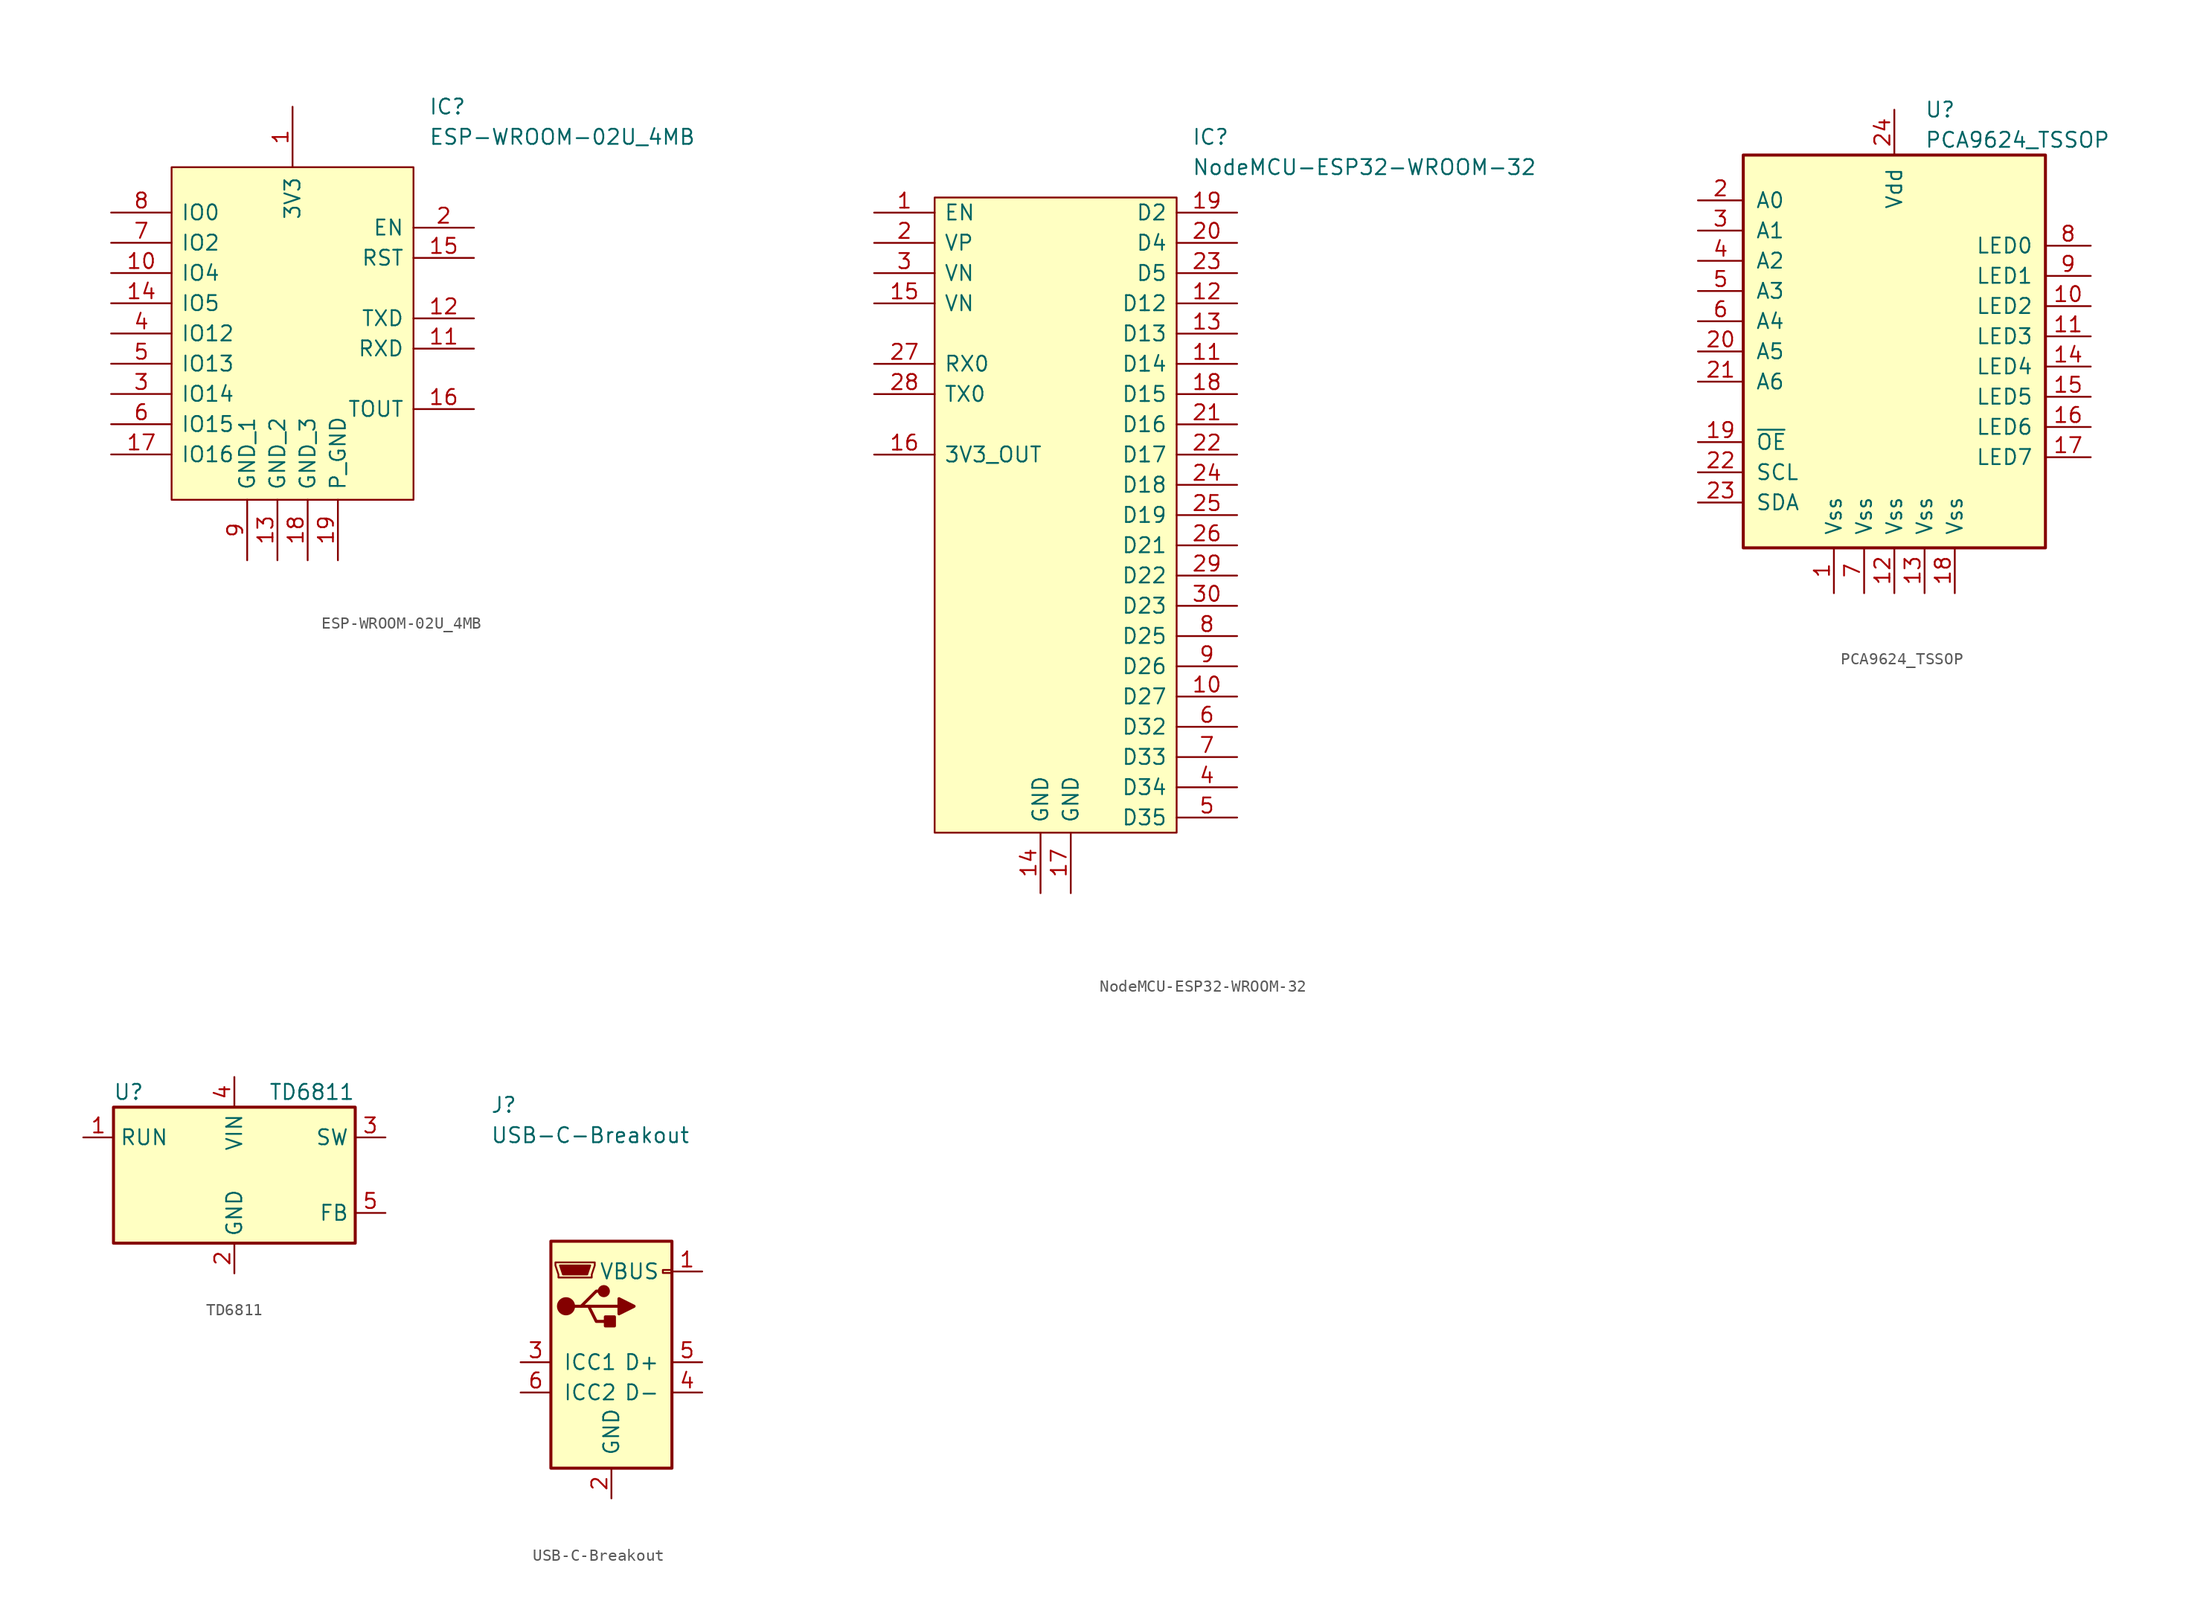
<source format=kicad_sym>
(kicad_symbol_lib
  (version 20231120)
  (generator "kicad_symbol_editor")
  (generator_version "8.0")
  (symbol "ESP-WROOM-02U_4MB"
    (pin_names
      (offset 0.762))
    (property "Reference" "IC"
      (at 26.67 7.62 0)
      (effects (font (size 1.27 1.27)) (justify left)))
    (property "Value" "ESP-WROOM-02U_4MB"
      (at 26.67 5.08 0)
      (effects (font (size 1.27 1.27)) (justify left)))
    (symbol "ESP-WROOM-02U_4MB_0_0"
      (pin passive line (at 15.24 7.62 270) (length 5.08) (name "3V3" (effects (font (size 1.27 1.27)))) (number "1" (effects (font (size 1.27 1.27)))))
      (pin passive line (at 0 -6.35 0) (length 5.08) (name "IO4" (effects (font (size 1.27 1.27)))) (number "10" (effects (font (size 1.27 1.27)))))
      (pin passive line (at 30.48 -12.7 180) (length 5.08) (name "RXD" (effects (font (size 1.27 1.27)))) (number "11" (effects (font (size 1.27 1.27)))))
      (pin passive line (at 30.48 -10.16 180) (length 5.08) (name "TXD" (effects (font (size 1.27 1.27)))) (number "12" (effects (font (size 1.27 1.27)))))
      (pin passive line (at 13.97 -30.48 90) (length 5.08) (name "GND_2" (effects (font (size 1.27 1.27)))) (number "13" (effects (font (size 1.27 1.27)))))
      (pin passive line (at 0 -8.89 0) (length 5.08) (name "IO5" (effects (font (size 1.27 1.27)))) (number "14" (effects (font (size 1.27 1.27)))))
      (pin passive line (at 30.48 -5.08 180) (length 5.08) (name "RST" (effects (font (size 1.27 1.27)))) (number "15" (effects (font (size 1.27 1.27)))))
      (pin passive line (at 30.48 -17.78 180) (length 5.08) (name "TOUT" (effects (font (size 1.27 1.27)))) (number "16" (effects (font (size 1.27 1.27)))))
      (pin passive line (at 0 -21.59 0) (length 5.08) (name "IO16" (effects (font (size 1.27 1.27)))) (number "17" (effects (font (size 1.27 1.27)))))
      (pin passive line (at 16.51 -30.48 90) (length 5.08) (name "GND_3" (effects (font (size 1.27 1.27)))) (number "18" (effects (font (size 1.27 1.27)))))
      (pin passive line (at 19.05 -30.48 90) (length 5.08) (name "P_GND" (effects (font (size 1.27 1.27)))) (number "19" (effects (font (size 1.27 1.27)))))
      (pin passive line (at 30.48 -2.54 180) (length 5.08) (name "EN" (effects (font (size 1.27 1.27)))) (number "2" (effects (font (size 1.27 1.27)))))
      (pin passive line (at 0 -16.51 0) (length 5.08) (name "IO14" (effects (font (size 1.27 1.27)))) (number "3" (effects (font (size 1.27 1.27)))))
      (pin passive line (at 0 -11.43 0) (length 5.08) (name "IO12" (effects (font (size 1.27 1.27)))) (number "4" (effects (font (size 1.27 1.27)))))
      (pin passive line (at 0 -13.97 0) (length 5.08) (name "IO13" (effects (font (size 1.27 1.27)))) (number "5" (effects (font (size 1.27 1.27)))))
      (pin passive line (at 0 -19.05 0) (length 5.08) (name "IO15" (effects (font (size 1.27 1.27)))) (number "6" (effects (font (size 1.27 1.27)))))
      (pin passive line (at 0 -3.81 0) (length 5.08) (name "IO2" (effects (font (size 1.27 1.27)))) (number "7" (effects (font (size 1.27 1.27)))))
      (pin passive line (at 0 -1.27 0) (length 5.08) (name "IO0" (effects (font (size 1.27 1.27)))) (number "8" (effects (font (size 1.27 1.27)))))
      (pin passive line (at 11.43 -30.48 90) (length 5.08) (name "GND_1" (effects (font (size 1.27 1.27)))) (number "9" (effects (font (size 1.27 1.27))))))
    (symbol "ESP-WROOM-02U_4MB_0_1"
      (polyline (pts (xy 5.08 2.54) (xy 25.4 2.54) (xy 25.4 -25.4) (xy 5.08 -25.4) (xy 5.08 2.54)) (stroke (width 0.152) (type solid)) (fill (type background)))))
  (symbol "NodeMCU-ESP32-WROOM-32"
    (pin_names
      (offset 0.762))
    (property "Reference" "IC"
      (at 26.67 7.62 0)
      (effects (font (size 1.27 1.27)) (justify left)))
    (property "Value" "NodeMCU-ESP32-WROOM-32"
      (at 26.67 5.08 0)
      (effects (font (size 1.27 1.27)) (justify left)))
    (symbol "NodeMCU-ESP32-WROOM-32_0_1"
      (polyline (pts (xy 5.08 2.54) (xy 25.4 2.54) (xy 25.4 -50.8) (xy 5.08 -50.8) (xy 5.08 2.54)) (stroke (width 0.152) (type solid)) (fill (type background))))
    (symbol "NodeMCU-ESP32-WROOM-32_1_0"
      (pin input line (at 0 1.27 0) (length 5.08) (name "EN" (effects (font (size 1.27 1.27)))) (number "1" (effects (font (size 1.27 1.27)))))
      (pin bidirectional line (at 30.48 -39.37 180) (length 5.08) (name "D27" (effects (font (size 1.27 1.27)))) (number "10" (effects (font (size 1.27 1.27)))))
      (pin bidirectional line (at 30.48 -11.43 180) (length 5.08) (name "D14" (effects (font (size 1.27 1.27)))) (number "11" (effects (font (size 1.27 1.27)))))
      (pin bidirectional line (at 30.48 -6.35 180) (length 5.08) (name "D12" (effects (font (size 1.27 1.27)))) (number "12" (effects (font (size 1.27 1.27)))))
      (pin bidirectional line (at 30.48 -8.89 180) (length 5.08) (name "D13" (effects (font (size 1.27 1.27)))) (number "13" (effects (font (size 1.27 1.27)))))
      (pin passive line (at 13.97 -55.88 90) (length 5.08) (name "GND" (effects (font (size 1.27 1.27)))) (number "14" (effects (font (size 1.27 1.27)))))
      (pin bidirectional line (at 0 -6.35 0) (length 5.08) (name "VN" (effects (font (size 1.27 1.27)))) (number "15" (effects (font (size 1.27 1.27)))))
      (pin power_out line (at 0 -19.05 0) (length 5.08) (name "3V3_OUT" (effects (font (size 1.27 1.27)))) (number "16" (effects (font (size 1.27 1.27)))))
      (pin passive line (at 16.51 -55.88 90) (length 5.08) (name "GND" (effects (font (size 1.27 1.27)))) (number "17" (effects (font (size 1.27 1.27)))))
      (pin bidirectional line (at 30.48 -13.97 180) (length 5.08) (name "D15" (effects (font (size 1.27 1.27)))) (number "18" (effects (font (size 1.27 1.27)))))
      (pin bidirectional line (at 30.48 1.27 180) (length 5.08) (name "D2" (effects (font (size 1.27 1.27)))) (number "19" (effects (font (size 1.27 1.27)))))
      (pin bidirectional line (at 0 -1.27 0) (length 5.08) (name "VP" (effects (font (size 1.27 1.27)))) (number "2" (effects (font (size 1.27 1.27)))))
      (pin bidirectional line (at 30.48 -1.27 180) (length 5.08) (name "D4" (effects (font (size 1.27 1.27)))) (number "20" (effects (font (size 1.27 1.27)))))
      (pin bidirectional line (at 30.48 -16.51 180) (length 5.08) (name "D16" (effects (font (size 1.27 1.27)))) (number "21" (effects (font (size 1.27 1.27)))))
      (pin bidirectional line (at 30.48 -19.05 180) (length 5.08) (name "D17" (effects (font (size 1.27 1.27)))) (number "22" (effects (font (size 1.27 1.27)))))
      (pin bidirectional line (at 30.48 -3.81 180) (length 5.08) (name "D5" (effects (font (size 1.27 1.27)))) (number "23" (effects (font (size 1.27 1.27)))))
      (pin bidirectional line (at 30.48 -21.59 180) (length 5.08) (name "D18" (effects (font (size 1.27 1.27)))) (number "24" (effects (font (size 1.27 1.27)))))
      (pin bidirectional line (at 30.48 -24.13 180) (length 5.08) (name "D19" (effects (font (size 1.27 1.27)))) (number "25" (effects (font (size 1.27 1.27)))))
      (pin bidirectional line (at 30.48 -26.67 180) (length 5.08) (name "D21" (effects (font (size 1.27 1.27)))) (number "26" (effects (font (size 1.27 1.27)))))
      (pin bidirectional line (at 0 -11.43 0) (length 5.08) (name "RX0" (effects (font (size 1.27 1.27)))) (number "27" (effects (font (size 1.27 1.27)))))
      (pin bidirectional line (at 0 -13.97 0) (length 5.08) (name "TX0" (effects (font (size 1.27 1.27)))) (number "28" (effects (font (size 1.27 1.27)))))
      (pin bidirectional line (at 30.48 -29.21 180) (length 5.08) (name "D22" (effects (font (size 1.27 1.27)))) (number "29" (effects (font (size 1.27 1.27)))))
      (pin bidirectional line (at 0 -3.81 0) (length 5.08) (name "VN" (effects (font (size 1.27 1.27)))) (number "3" (effects (font (size 1.27 1.27)))))
      (pin bidirectional line (at 30.48 -31.75 180) (length 5.08) (name "D23" (effects (font (size 1.27 1.27)))) (number "30" (effects (font (size 1.27 1.27)))))
      (pin bidirectional line (at 30.48 -46.99 180) (length 5.08) (name "D34" (effects (font (size 1.27 1.27)))) (number "4" (effects (font (size 1.27 1.27)))))
      (pin bidirectional line (at 30.48 -49.53 180) (length 5.08) (name "D35" (effects (font (size 1.27 1.27)))) (number "5" (effects (font (size 1.27 1.27)))))
      (pin bidirectional line (at 30.48 -41.91 180) (length 5.08) (name "D32" (effects (font (size 1.27 1.27)))) (number "6" (effects (font (size 1.27 1.27)))))
      (pin bidirectional line (at 30.48 -44.45 180) (length 5.08) (name "D33" (effects (font (size 1.27 1.27)))) (number "7" (effects (font (size 1.27 1.27)))))
      (pin bidirectional line (at 30.48 -34.29 180) (length 5.08) (name "D25" (effects (font (size 1.27 1.27)))) (number "8" (effects (font (size 1.27 1.27)))))
      (pin bidirectional line (at 30.48 -36.83 180) (length 5.08) (name "D26" (effects (font (size 1.27 1.27)))) (number "9" (effects (font (size 1.27 1.27)))))))
  (symbol "PCA9624_TSSOP"
    (pin_names
      (offset 1.016))
    (property "Reference" "U"
      (at 2.54 20.32 0)
      (effects (font (size 1.27 1.27)) (justify left)))
    (property "Value" "PCA9624_TSSOP"
      (at 2.54 17.78 0)
      (effects (font (size 1.27 1.27)) (justify left)))
    (symbol "PCA9624_TSSOP_0_1"
      (rectangle (start -12.7 16.51) (end 12.7 -16.51) (stroke (width 0.254) (type solid)) (fill (type background))))
    (symbol "PCA9624_TSSOP_1_1"
      (pin power_in line (at -5.08 -20.32 90) (length 3.81) (name "Vss" (effects (font (size 1.27 1.27)))) (number "1" (effects (font (size 1.27 1.27)))))
      (pin power_out line (at 16.51 3.81 180) (length 3.81) (name "LED2" (effects (font (size 1.27 1.27)))) (number "10" (effects (font (size 1.27 1.27)))))
      (pin power_out line (at 16.51 1.27 180) (length 3.81) (name "LED3" (effects (font (size 1.27 1.27)))) (number "11" (effects (font (size 1.27 1.27)))))
      (pin power_in line (at 0 -20.32 90) (length 3.81) (name "Vss" (effects (font (size 1.27 1.27)))) (number "12" (effects (font (size 1.27 1.27)))))
      (pin power_in line (at 2.54 -20.32 90) (length 3.81) (name "Vss" (effects (font (size 1.27 1.27)))) (number "13" (effects (font (size 1.27 1.27)))))
      (pin power_out line (at 16.51 -1.27 180) (length 3.81) (name "LED4" (effects (font (size 1.27 1.27)))) (number "14" (effects (font (size 1.27 1.27)))))
      (pin power_out line (at 16.51 -3.81 180) (length 3.81) (name "LED5" (effects (font (size 1.27 1.27)))) (number "15" (effects (font (size 1.27 1.27)))))
      (pin power_out line (at 16.51 -6.35 180) (length 3.81) (name "LED6" (effects (font (size 1.27 1.27)))) (number "16" (effects (font (size 1.27 1.27)))))
      (pin power_out line (at 16.51 -8.89 180) (length 3.81) (name "LED7" (effects (font (size 1.27 1.27)))) (number "17" (effects (font (size 1.27 1.27)))))
      (pin power_in line (at 5.08 -20.32 90) (length 3.81) (name "Vss" (effects (font (size 1.27 1.27)))) (number "18" (effects (font (size 1.27 1.27)))))
      (pin input line (at -16.51 -7.62 0) (length 3.81) (name "~{OE}" (effects (font (size 1.27 1.27)))) (number "19" (effects (font (size 1.27 1.27)))))
      (pin input line (at -16.51 12.7 0) (length 3.81) (name "A0" (effects (font (size 1.27 1.27)))) (number "2" (effects (font (size 1.27 1.27)))))
      (pin input line (at -16.51 0 0) (length 3.81) (name "A5" (effects (font (size 1.27 1.27)))) (number "20" (effects (font (size 1.27 1.27)))))
      (pin input line (at -16.51 -2.54 0) (length 3.81) (name "A6" (effects (font (size 1.27 1.27)))) (number "21" (effects (font (size 1.27 1.27)))))
      (pin input line (at -16.51 -10.16 0) (length 3.81) (name "SCL" (effects (font (size 1.27 1.27)))) (number "22" (effects (font (size 1.27 1.27)))))
      (pin bidirectional line (at -16.51 -12.7 0) (length 3.81) (name "SDA" (effects (font (size 1.27 1.27)))) (number "23" (effects (font (size 1.27 1.27)))))
      (pin power_in line (at 0 20.32 270) (length 3.81) (name "Vdd" (effects (font (size 1.27 1.27)))) (number "24" (effects (font (size 1.27 1.27)))))
      (pin input line (at -16.51 10.16 0) (length 3.81) (name "A1" (effects (font (size 1.27 1.27)))) (number "3" (effects (font (size 1.27 1.27)))))
      (pin input line (at -16.51 7.62 0) (length 3.81) (name "A2" (effects (font (size 1.27 1.27)))) (number "4" (effects (font (size 1.27 1.27)))))
      (pin input line (at -16.51 5.08 0) (length 3.81) (name "A3" (effects (font (size 1.27 1.27)))) (number "5" (effects (font (size 1.27 1.27)))))
      (pin input line (at -16.51 2.54 0) (length 3.81) (name "A4" (effects (font (size 1.27 1.27)))) (number "6" (effects (font (size 1.27 1.27)))))
      (pin power_in line (at -2.54 -20.32 90) (length 3.81) (name "Vss" (effects (font (size 1.27 1.27)))) (number "7" (effects (font (size 1.27 1.27)))))
      (pin power_out line (at 16.51 8.89 180) (length 3.81) (name "LED0" (effects (font (size 1.27 1.27)))) (number "8" (effects (font (size 1.27 1.27)))))
      (pin power_out line (at 16.51 6.35 180) (length 3.81) (name "LED1" (effects (font (size 1.27 1.27)))) (number "9" (effects (font (size 1.27 1.27)))))))
  (symbol "TD6811"
    (property "Reference" "U"
      (at -8.89 8.89 0)
      (effects (font (size 1.27 1.27))))
    (property "Value" "TD6811"
      (at 10.16 8.89 0)
      (effects (font (size 1.27 1.27)) (justify right)))
    (symbol "TD6811_0_1"
      (rectangle (start -10.16 7.62) (end 10.16 -3.81) (stroke (width 0.254) (type solid)) (fill (type background))))
    (symbol "TD6811_1_1"
      (pin input line (at -12.7 5.08 0) (length 2.54) (name "RUN" (effects (font (size 1.27 1.27)))) (number "1" (effects (font (size 1.27 1.27)))))
      (pin power_in line (at 0 -6.35 90) (length 2.54) (name "GND" (effects (font (size 1.27 1.27)))) (number "2" (effects (font (size 1.27 1.27)))))
      (pin power_out line (at 12.7 5.08 180) (length 2.54) (name "SW" (effects (font (size 1.27 1.27)))) (number "3" (effects (font (size 1.27 1.27)))))
      (pin power_in line (at 0 10.16 270) (length 2.54) (name "VIN" (effects (font (size 1.27 1.27)))) (number "4" (effects (font (size 1.27 1.27)))))
      (pin input line (at 12.7 -1.27 180) (length 2.54) (name "FB" (effects (font (size 1.27 1.27)))) (number "5" (effects (font (size 1.27 1.27)))))))
  (symbol "USB-C-Breakout"
    (pin_names
      (offset 1.016))
    (property "Reference" "J"
      (at -5.08 11.43 0)
      (effects (font (size 1.27 1.27)) (justify left)))
    (property "Value" "USB-C-Breakout"
      (at -5.08 8.89 0)
      (effects (font (size 1.27 1.27)) (justify left)))
    (symbol "USB-C-Breakout_0_1"
      (polyline (pts (xy 3.175 -5.461) (xy 5.715 -5.461)) (stroke (width 0.254) (type solid)) (fill (type none)))
      (polyline (pts (xy 1.905 -5.461) (xy 2.54 -5.461) (xy 3.81 -4.191) (xy 4.445 -4.191)) (stroke (width 0.254) (type solid)) (fill (type none)))
      (polyline (pts (xy 2.54 -5.461) (xy 3.175 -5.461) (xy 3.81 -6.731) (xy 5.08 -6.731)) (stroke (width 0.254) (type solid)) (fill (type none)))
      (polyline (pts (xy 5.715 -4.826) (xy 5.715 -6.096) (xy 6.985 -5.461) (xy 5.715 -4.826)) (stroke (width 0.254) (type solid)) (fill (type outline)))
      (polyline (pts (xy 0.762 -2.032) (xy 3.302 -2.032) (xy 3.048 -2.794) (xy 1.016 -2.794) (xy 0.762 -2.032)) (stroke (width 0) (type solid)) (fill (type outline)))
      (polyline (pts (xy 0.381 -1.778) (xy 0.381 -2.032) (xy 0.635 -2.794) (xy 0.635 -3.048) (xy 3.429 -3.048) (xy 3.429 -2.794) (xy 3.683 -2.032) (xy 3.683 -1.778) (xy 0.381 -1.778)) (stroke (width 0) (type solid)) (fill (type none)))
      (circle (center 1.27 -5.461) (radius 0.635) (stroke (width 0.254) (type solid)) (fill (type outline)))
      (circle (center 4.445 -4.191) (radius 0.381) (stroke (width 0.254) (type solid)) (fill (type outline)))
      (rectangle (start 5.334 -6.35) (end 4.572 -7.112) (stroke (width 0.254) (type solid)) (fill (type outline)))
      (rectangle (start 10.16 -2.667) (end 9.398 -2.413) (stroke (width 0) (type solid)) (fill (type none))))
    (symbol "USB-C-Breakout_1_1"
      (rectangle (start 0 0) (end 10.16 -19.05) (stroke (width 0.254) (type solid)) (fill (type background)))
      (pin power_out line (at 12.7 -2.54 180) (length 2.54) (name "VBUS" (effects (font (size 1.27 1.27)))) (number "1" (effects (font (size 1.27 1.27)))))
      (pin input line (at 5.08 -21.59 90) (length 2.54) (name "GND" (effects (font (size 1.27 1.27)))) (number "2" (effects (font (size 1.27 1.27)))))
      (pin passive line (at -2.54 -10.16 0) (length 2.54) (name "ICC1" (effects (font (size 1.27 1.27)))) (number "3" (effects (font (size 1.27 1.27)))))
      (pin bidirectional line (at 12.7 -12.7 180) (length 2.54) (name "D-" (effects (font (size 1.27 1.27)))) (number "4" (effects (font (size 1.27 1.27)))))
      (pin bidirectional line (at 12.7 -10.16 180) (length 2.54) (name "D+" (effects (font (size 1.27 1.27)))) (number "5" (effects (font (size 1.27 1.27)))))
      (pin passive line (at -2.54 -12.7 0) (length 2.54) (name "ICC2" (effects (font (size 1.27 1.27)))) (number "6" (effects (font (size 1.27 1.27))))))))
</source>
